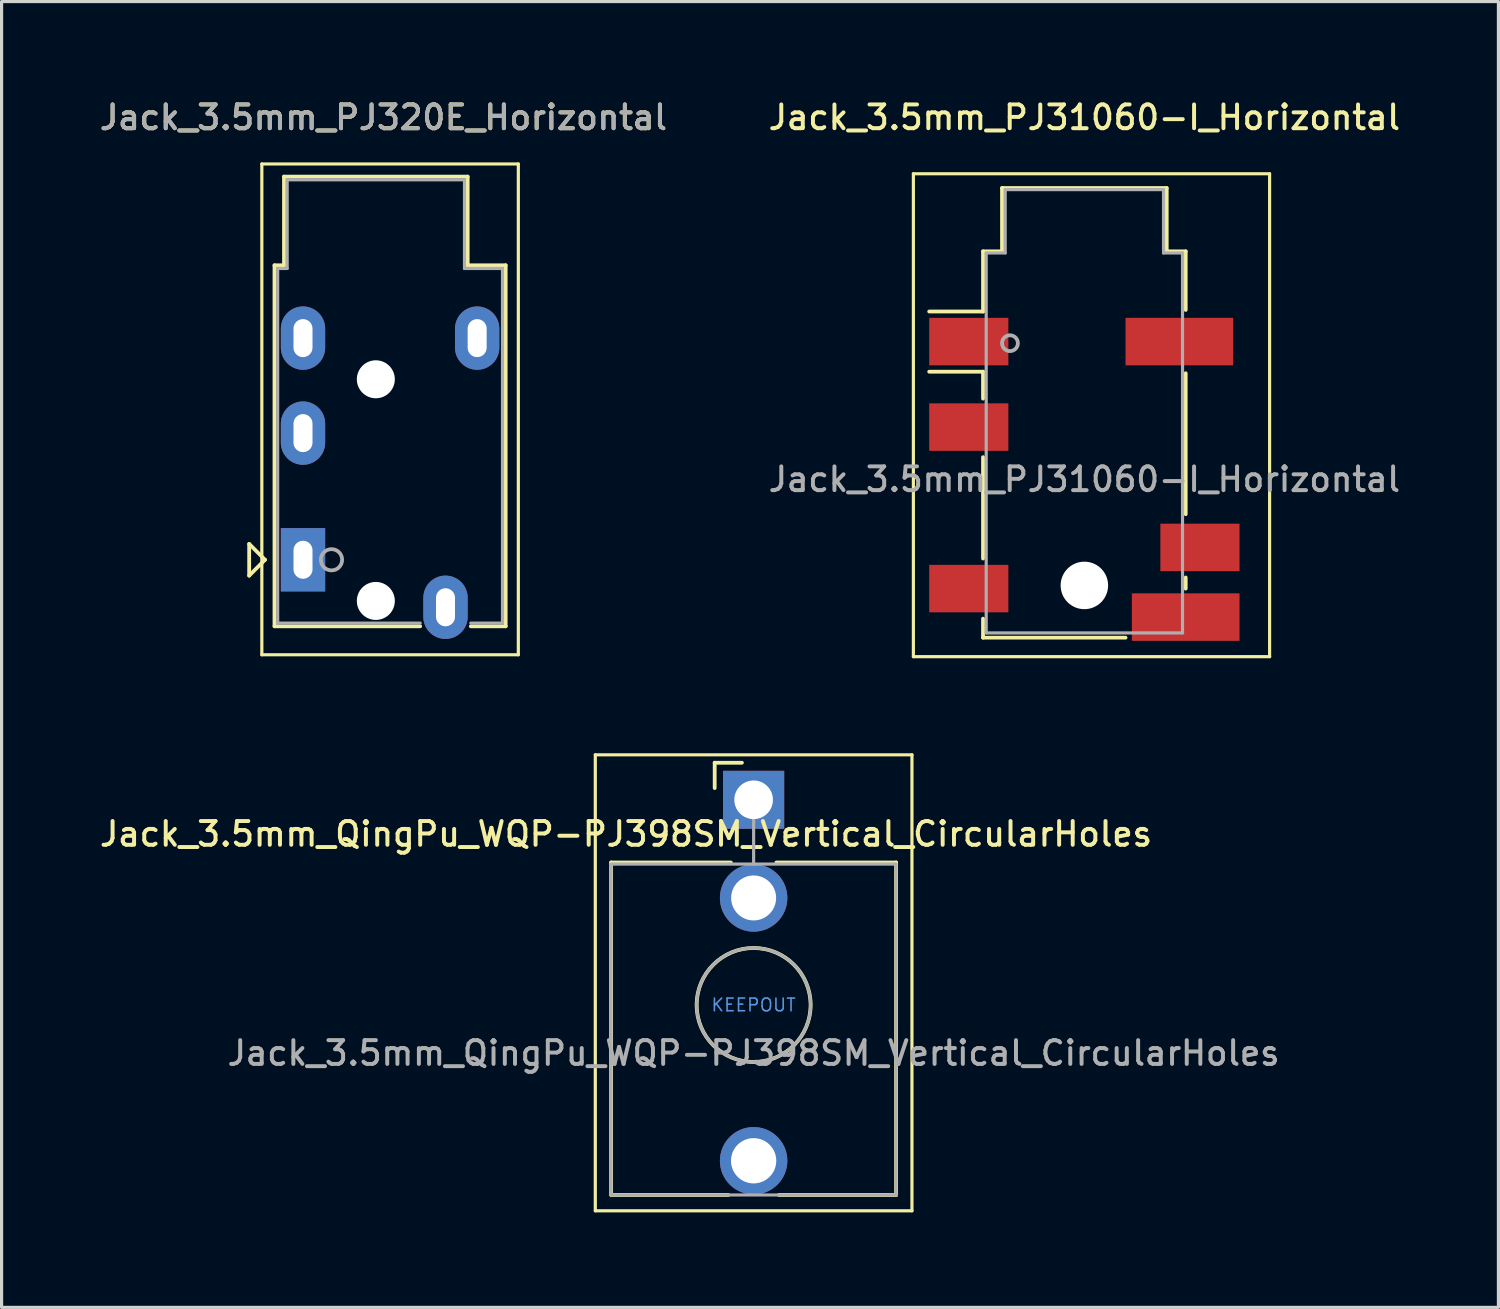
<source format=kicad_pcb>
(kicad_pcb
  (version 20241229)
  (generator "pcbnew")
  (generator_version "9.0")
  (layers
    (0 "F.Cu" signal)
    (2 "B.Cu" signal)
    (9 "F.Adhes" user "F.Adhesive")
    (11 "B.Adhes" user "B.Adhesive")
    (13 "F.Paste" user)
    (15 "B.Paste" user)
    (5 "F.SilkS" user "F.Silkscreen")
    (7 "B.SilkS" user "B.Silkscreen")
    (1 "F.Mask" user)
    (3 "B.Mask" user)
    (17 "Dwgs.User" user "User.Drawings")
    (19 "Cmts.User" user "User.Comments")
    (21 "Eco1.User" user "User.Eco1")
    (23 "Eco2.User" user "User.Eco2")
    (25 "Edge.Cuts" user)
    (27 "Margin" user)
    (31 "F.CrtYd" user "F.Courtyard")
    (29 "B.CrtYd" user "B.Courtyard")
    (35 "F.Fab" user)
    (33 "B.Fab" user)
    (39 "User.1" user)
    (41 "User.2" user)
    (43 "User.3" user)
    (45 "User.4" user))
  (footprint "Jack_3.5mm_QingPu_WQP-PJ398SM_Vertical_CircularHoles"
    (layer "F.Cu")
    (at 20.75 22.208)
    (property "Reference" "Jack_3.5mm_QingPu_WQP-PJ398SM_Vertical_CircularHoles" (at -4.03 1.08 180) (layer "F.SilkS") (effects (font (size 0.75 0.75) (thickness 0.125))))
    (attr through_hole)
    (fp_line (start -5 12.98) (end -5 -1.42) (stroke (width 0.1) (type solid)) (layer "F.SilkS"))
    (fp_line (start -4.5 1.98) (end -4.5 12.48) (stroke (width 0.12) (type solid)) (layer "F.SilkS"))
    (fp_line (start -1.23 -1.17) (end -1.23 -0.37) (stroke (width 0.12) (type solid)) (layer "F.SilkS"))
    (fp_line (start -1.23 -1.17) (end -0.37 -1.17) (stroke (width 0.12) (type solid)) (layer "F.SilkS"))
    (fp_line (start -0.8 12.48) (end -4.5 12.48) (stroke (width 0.12) (type solid)) (layer "F.SilkS"))
    (fp_line (start -0.72 1.98) (end -4.5 1.98) (stroke (width 0.12) (type solid)) (layer "F.SilkS"))
    (fp_line (start 4.5 1.98) (end 0.72 1.98) (stroke (width 0.12) (type solid)) (layer "F.SilkS"))
    (fp_line (start 4.5 1.98) (end 4.5 12.48) (stroke (width 0.12) (type solid)) (layer "F.SilkS"))
    (fp_line (start 4.5 12.48) (end 0.8 12.48) (stroke (width 0.12) (type solid)) (layer "F.SilkS"))
    (fp_line (start 5 -1.42) (end -5 -1.42) (stroke (width 0.1) (type solid)) (layer "F.SilkS"))
    (fp_line (start 5 12.98) (end -5 12.98) (stroke (width 0.1) (type solid)) (layer "F.SilkS"))
    (fp_line (start 5 12.98) (end 5 -1.42) (stroke (width 0.1) (type solid)) (layer "F.SilkS"))
    (fp_circle (center 0 6.48) (end 1.8 6.48) (stroke (width 0.12) (type solid)) (fill no) (layer "F.SilkS"))
    (fp_line (start -4.5 12.48) (end -4.5 2.08) (stroke (width 0.1) (type solid)) (layer "F.Fab"))
    (fp_line (start 0 0) (end 0 2.03) (stroke (width 0.1) (type solid)) (layer "F.Fab"))
    (fp_line (start 4.5 2.03) (end -4.5 2.03) (stroke (width 0.1) (type solid)) (layer "F.Fab"))
    (fp_line (start 4.5 12.48) (end -4.5 12.48) (stroke (width 0.1) (type solid)) (layer "F.Fab"))
    (fp_line (start 4.5 12.48) (end 4.5 2.08) (stroke (width 0.1) (type solid)) (layer "F.Fab"))
    (fp_circle (center 0 6.48) (end 1.8 6.48) (stroke (width 0.1) (type solid)) (fill no) (layer "F.Fab"))
    (fp_text user "KEEPOUT" (at 0 6.48 0) (layer "Cmts.User") (effects (font (size 0.4 0.4) (thickness 0.051))))
    (fp_text user "${REFERENCE}" (at 0 8 180) (layer "F.Fab") (effects (font (size 0.75 0.75) (thickness 0.125))))
    (pad "S" thru_hole rect (at 0 0 180) (size 1.93 1.83) (drill 1.22) (layers "*.Cu" "*.Mask"))
    (pad "T" thru_hole circle (at 0 11.4 180) (size 2.13 2.13) (drill 1.43) (layers "*.Cu" "*.Mask"))
    (pad "TN" thru_hole circle (at 0 3.1 180) (size 2.13 2.13) (drill 1.42) (layers "*.Cu" "*.Mask"))
    (zone (net_name "") (layer "F.Cu") (hatch full 0.508) (connect_pads) (min_thickness 0.254) (filled_areas_thickness no) (keepout (tracks not_allowed) (vias not_allowed) (pads not_allowed) (copperpour not_allowed) (footprints not_allowed)) (placement (enabled no)) (fill) (polygon (pts (xy 22.255 28.688) (xy 22.235 28.442) (xy 22.174 28.203) (xy 22.076 27.977) (xy 21.942 27.77) (xy 21.776 27.587) (xy 21.583 27.434) (xy 21.367 27.315) (xy 21.134 27.233) (xy 20.891 27.19) (xy 20.645 27.187) (xy 20.401 27.224) (xy 20.166 27.301) (xy 19.948 27.414) (xy 19.75 27.563) (xy 19.58 27.741) (xy 19.441 27.945) (xy 19.337 28.168) (xy 19.271 28.406) (xy 19.245 28.651) (xy 19.259 28.898) (xy 19.313 29.138) (xy 19.406 29.367) (xy 19.535 29.577) (xy 19.697 29.764) (xy 19.886 29.921) (xy 20.099 30.046) (xy 20.33 30.134) (xy 20.571 30.183) (xy 20.818 30.192) (xy 21.063 30.16) (xy 21.299 30.089) (xy 21.52 29.981) (xy 21.721 29.838) (xy 21.896 29.664) (xy 22.04 29.463) (xy 22.149 29.242) (xy 22.221 29.006) (xy 22.253 28.762)))))
  (footprint "Jack_3.5mm_PJ320E_Horizontal"
    (layer "F.Cu")
    (at 6.519 14.628)
    (property "Reference" "Jack_3.5mm_PJ320E_Horizontal" (at 2.54 -13.97 0) (layer "F.SilkS") (effects (font (size 0.75 0.75) (thickness 0.125))))
    (attr through_hole)
    (fp_line (start -1.7 -0.5) (end -1.7 0.5) (stroke (width 0.12) (type solid)) (layer "F.SilkS"))
    (fp_line (start -1.7 0.5) (end -1.2 0) (stroke (width 0.12) (type solid)) (layer "F.SilkS"))
    (fp_line (start -1.3 -12.5) (end -1.3 3) (stroke (width 0.1) (type solid)) (layer "F.SilkS"))
    (fp_line (start -1.3 -12.5) (end 6.8 -12.5) (stroke (width 0.1) (type solid)) (layer "F.SilkS"))
    (fp_line (start -1.3 3) (end 6.8 3) (stroke (width 0.1) (type solid)) (layer "F.SilkS"))
    (fp_line (start -1.2 0) (end -1.7 -0.5) (stroke (width 0.12) (type solid)) (layer "F.SilkS"))
    (fp_line (start -0.9 -9.3) (end -0.9 2.1) (stroke (width 0.12) (type solid)) (layer "F.SilkS"))
    (fp_line (start -0.9 -9.3) (end -0.6 -9.3) (stroke (width 0.12) (type solid)) (layer "F.SilkS"))
    (fp_line (start -0.9 2.1) (end 3.7 2.1) (stroke (width 0.12) (type solid)) (layer "F.SilkS"))
    (fp_line (start -0.6 -9.3) (end -0.6 -12.1) (stroke (width 0.12) (type solid)) (layer "F.SilkS"))
    (fp_line (start 5.2 -12.1) (end -0.6 -12.1) (stroke (width 0.12) (type solid)) (layer "F.SilkS"))
    (fp_line (start 5.2 -9.3) (end 5.2 -12.1) (stroke (width 0.12) (type solid)) (layer "F.SilkS"))
    (fp_line (start 5.2 -9.3) (end 6.4 -9.3) (stroke (width 0.12) (type solid)) (layer "F.SilkS"))
    (fp_line (start 6.4 -9.3) (end 6.4 2.1) (stroke (width 0.12) (type solid)) (layer "F.SilkS"))
    (fp_line (start 6.4 2.1) (end 5.3 2.1) (stroke (width 0.12) (type solid)) (layer "F.SilkS"))
    (fp_line (start 6.8 -12.5) (end 6.8 3) (stroke (width 0.1) (type solid)) (layer "F.SilkS"))
    (fp_line (start -0.8 -9.2) (end -0.5 -9.2) (stroke (width 0.1) (type solid)) (layer "F.Fab"))
    (fp_line (start -0.8 2) (end -0.8 -9.2) (stroke (width 0.1) (type solid)) (layer "F.Fab"))
    (fp_line (start -0.5 -12) (end 5.1 -12) (stroke (width 0.1) (type solid)) (layer "F.Fab"))
    (fp_line (start -0.5 -9.2) (end -0.5 -12) (stroke (width 0.1) (type solid)) (layer "F.Fab"))
    (fp_line (start 3.7 2) (end -0.8 2) (stroke (width 0.1) (type solid)) (layer "F.Fab"))
    (fp_line (start 5.1 -12) (end 5.1 -9.2) (stroke (width 0.1) (type solid)) (layer "F.Fab"))
    (fp_line (start 5.1 -9.2) (end 6.3 -9.2) (stroke (width 0.1) (type solid)) (layer "F.Fab"))
    (fp_line (start 6.3 -9.2) (end 6.3 2) (stroke (width 0.1) (type solid)) (layer "F.Fab"))
    (fp_line (start 6.3 2) (end 5.3 2) (stroke (width 0.1) (type solid)) (layer "F.Fab"))
    (fp_circle (center 0.9 0) (end 1.2 0.15) (stroke (width 0.12) (type solid)) (fill no) (layer "F.Fab"))
    (fp_text user "${REFERENCE}" (at 2.54 -13.97 0) (layer "F.Fab") (effects (font (size 0.75 0.75) (thickness 0.125))))
    (pad "" np_thru_hole circle (at 2.3 -5.7 270) (size 1.2 1.2) (drill 1.2) (layers "*.Cu" "*.Mask"))
    (pad "" np_thru_hole circle (at 2.3 1.3 270) (size 1.2 1.2) (drill 1.2) (layers "*.Cu" "*.Mask"))
    (pad "" thru_hole oval (at 5.5 -7 270) (size 2 1.4) (drill oval 1.2 0.6) (layers "*.Cu" "*.Mask"))
    (pad "R1" thru_hole oval (at 0 -4 270) (size 2 1.4) (drill oval 1.2 0.6) (layers "*.Cu" "*.Mask"))
    (pad "R2" thru_hole oval (at 0 -7 270) (size 2 1.4) (drill oval 1.2 0.6) (layers "*.Cu" "*.Mask"))
    (pad "S" thru_hole oval (at 4.5 1.5 270) (size 2 1.4) (drill oval 1.2 0.6) (layers "*.Cu" "*.Mask"))
    (pad "T" thru_hole rect (at 0 0 270) (size 2 1.4) (drill oval 1.2 0.6) (layers "*.Cu" "*.Mask")))
  (footprint "Jack_3.5mm_PJ31060-I_Horizontal"
    (layer "F.Cu")
    (at 31.195 12.088)
    (property "Reference" "Jack_3.5mm_PJ31060-I_Horizontal" (at 0 -11.43 0) (layer "F.SilkS") (effects (font (size 0.75 0.75) (thickness 0.125))))
    (attr smd)
    (fp_line (start -5.4 -9.65) (end -5.4 5.6) (stroke (width 0.1) (type solid)) (layer "F.SilkS"))
    (fp_line (start -5.4 -9.65) (end 5.85 -9.65) (stroke (width 0.1) (type solid)) (layer "F.SilkS"))
    (fp_line (start -4.9 -3.4) (end -3.2 -3.4) (stroke (width 0.12) (type solid)) (layer "F.SilkS"))
    (fp_line (start -3.2 -7.2) (end -2.6 -7.2) (stroke (width 0.12) (type solid)) (layer "F.SilkS"))
    (fp_line (start -3.2 -5.3) (end -4.9 -5.3) (stroke (width 0.12) (type solid)) (layer "F.SilkS"))
    (fp_line (start -3.2 -5.3) (end -3.2 -7.2) (stroke (width 0.12) (type solid)) (layer "F.SilkS"))
    (fp_line (start -3.2 -2.55) (end -3.2 -3.4) (stroke (width 0.12) (type solid)) (layer "F.SilkS"))
    (fp_line (start -3.2 2.5) (end -3.2 -0.7) (stroke (width 0.12) (type solid)) (layer "F.SilkS"))
    (fp_line (start -3.2 5) (end -3.2 4.4) (stroke (width 0.12) (type solid)) (layer "F.SilkS"))
    (fp_line (start -2.6 -9.2) (end 2.6 -9.2) (stroke (width 0.12) (type solid)) (layer "F.SilkS"))
    (fp_line (start -2.6 -7.2) (end -2.6 -9.2) (stroke (width 0.12) (type solid)) (layer "F.SilkS"))
    (fp_line (start 1.3 5) (end -3.2 5) (stroke (width 0.12) (type solid)) (layer "F.SilkS"))
    (fp_line (start 2.6 -9.2) (end 2.6 -7.2) (stroke (width 0.12) (type solid)) (layer "F.SilkS"))
    (fp_line (start 2.6 -7.2) (end 3.2 -7.2) (stroke (width 0.12) (type solid)) (layer "F.SilkS"))
    (fp_line (start 3.2 -7.2) (end 3.2 -5.35) (stroke (width 0.12) (type solid)) (layer "F.SilkS"))
    (fp_line (start 3.2 -3.35) (end 3.2 1.1) (stroke (width 0.12) (type solid)) (layer "F.SilkS"))
    (fp_line (start 3.2 3.1) (end 3.2 3.45) (stroke (width 0.12) (type solid)) (layer "F.SilkS"))
    (fp_line (start 5.85 5.6) (end -5.4 5.6) (stroke (width 0.1) (type solid)) (layer "F.SilkS"))
    (fp_line (start 5.85 5.6) (end 5.85 -9.65) (stroke (width 0.1) (type solid)) (layer "F.SilkS"))
    (fp_line (start -3.1 -7.15) (end -3.1 4.85) (stroke (width 0.1) (type solid)) (layer "F.Fab"))
    (fp_line (start -2.5 -9.15) (end -2.5 -7.15) (stroke (width 0.1) (type solid)) (layer "F.Fab"))
    (fp_line (start -2.5 -7.15) (end -3.1 -7.15) (stroke (width 0.1) (type solid)) (layer "F.Fab"))
    (fp_line (start 2.5 -9.15) (end -2.5 -9.15) (stroke (width 0.1) (type solid)) (layer "F.Fab"))
    (fp_line (start 2.5 -7.15) (end 2.5 -9.15) (stroke (width 0.1) (type solid)) (layer "F.Fab"))
    (fp_line (start 2.5 -7.15) (end 3.1 -7.15) (stroke (width 0.1) (type solid)) (layer "F.Fab"))
    (fp_line (start 3.1 -7.15) (end 3.1 4.85) (stroke (width 0.1) (type solid)) (layer "F.Fab"))
    (fp_line (start 3.1 4.85) (end -3.1 4.85) (stroke (width 0.1) (type solid)) (layer "F.Fab"))
    (fp_circle (center -2.35 -4.3) (end -2.1 -4.3) (stroke (width 0.12) (type solid)) (fill no) (layer "F.Fab"))
    (fp_text user "${REFERENCE}" (at 0 0 0) (layer "F.Fab") (effects (font (size 0.75 0.75) (thickness 0.125))))
    (pad "" np_thru_hole circle (at 0 3.35) (size 1.5 1.5) (drill 1.5) (layers "*.Cu" "*.Mask"))
    (pad "R1" smd rect (at -3.65 -1.65) (size 2.5 1.5) (layers "F.Cu" "F.Mask" "F.Paste"))
    (pad "R1N" smd rect (at -3.65 3.45) (size 2.5 1.5) (layers "F.Cu" "F.Mask" "F.Paste"))
    (pad "R2" smd rect (at 3 -4.35) (size 3.4 1.5) (layers "F.Cu" "F.Mask" "F.Paste"))
    (pad "S" smd rect (at -3.65 -4.35) (size 2.5 1.5) (layers "F.Cu" "F.Mask" "F.Paste"))
    (pad "T" smd rect (at 3.65 2.15) (size 2.5 1.5) (layers "F.Cu" "F.Mask" "F.Paste"))
    (pad "TN" smd rect (at 3.2 4.35) (size 3.4 1.5) (layers "F.Cu" "F.Mask" "F.Paste")))
  (gr_rect
    (start -3 -3)
    (end 44.271 38.238)
    (stroke (width 0.1) (type default))
    (fill no)
    (layer "Edge.Cuts")))
</source>
